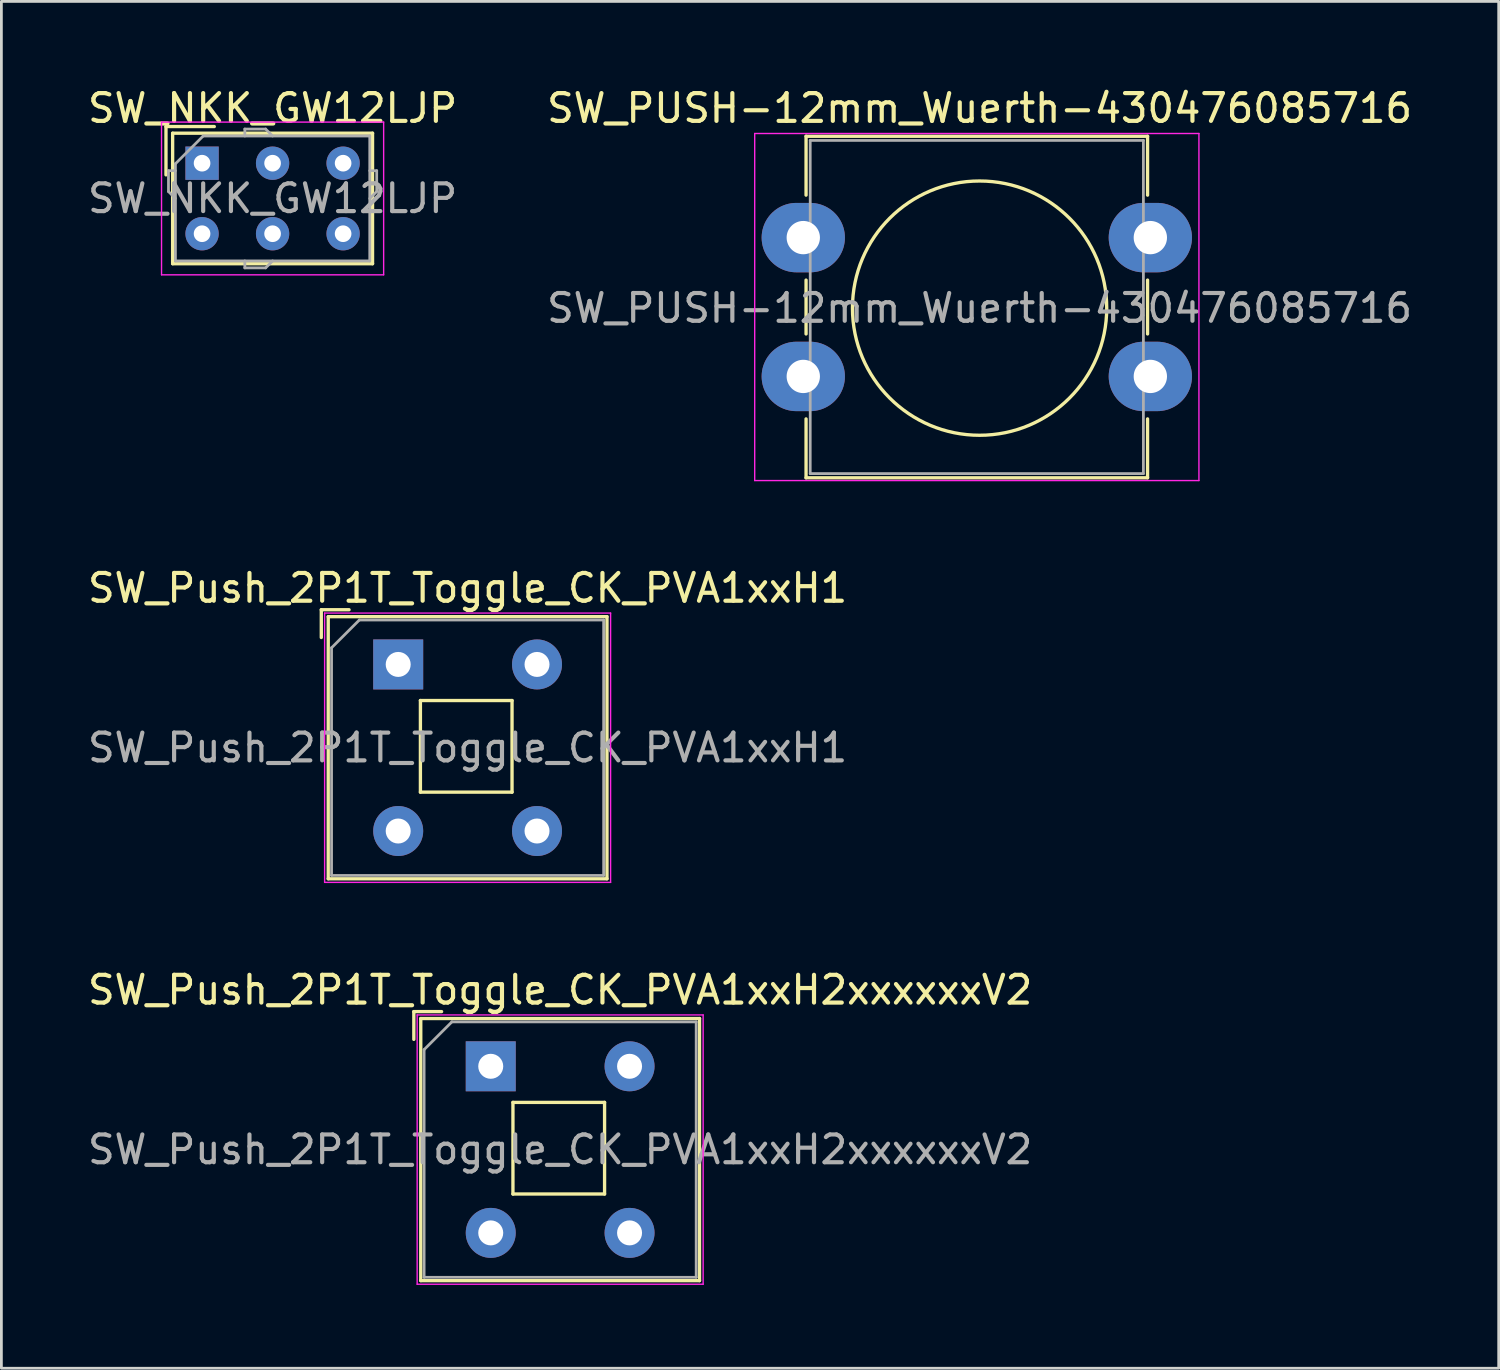
<source format=kicad_pcb>
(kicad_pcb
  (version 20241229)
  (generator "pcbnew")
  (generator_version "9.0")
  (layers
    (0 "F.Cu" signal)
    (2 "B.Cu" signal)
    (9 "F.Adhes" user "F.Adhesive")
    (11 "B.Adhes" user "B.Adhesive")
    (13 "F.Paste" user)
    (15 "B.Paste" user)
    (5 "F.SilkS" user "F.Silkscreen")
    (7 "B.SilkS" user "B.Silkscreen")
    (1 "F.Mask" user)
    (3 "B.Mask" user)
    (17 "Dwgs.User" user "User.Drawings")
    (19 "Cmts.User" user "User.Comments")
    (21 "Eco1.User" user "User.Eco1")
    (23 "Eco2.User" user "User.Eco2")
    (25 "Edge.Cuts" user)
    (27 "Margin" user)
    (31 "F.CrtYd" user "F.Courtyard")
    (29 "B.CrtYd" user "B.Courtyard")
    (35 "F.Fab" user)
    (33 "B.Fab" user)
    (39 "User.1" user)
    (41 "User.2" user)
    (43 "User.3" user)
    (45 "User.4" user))
  (footprint "SW_Push_2P1T_Toggle_CK_PVA1xxH1"
    (layer "F.Cu")
    (at 11.292 20.881)
    (property "Reference" "SW_Push_2P1T_Toggle_CK_PVA1xxH1" (at 2.5 -2.75 0) (layer "F.SilkS") (effects (font (size 1 1) (thickness 0.15))))
    (attr through_hole)
    (fp_line (start -2.77 -0.97) (end -2.77 -1.97) (stroke (width 0.12) (type solid)) (layer "F.SilkS"))
    (fp_line (start -2.52 7.72) (end -2.52 -1.72) (stroke (width 0.12) (type solid)) (layer "F.SilkS"))
    (fp_line (start -1.77 -1.97) (end -2.77 -1.97) (stroke (width 0.12) (type solid)) (layer "F.SilkS"))
    (fp_line (start 0.8 1.3) (end 0.8 4.6) (stroke (width 0.12) (type solid)) (layer "F.SilkS"))
    (fp_line (start 4.1 1.3) (end 0.8 1.3) (stroke (width 0.12) (type solid)) (layer "F.SilkS"))
    (fp_line (start 4.1 1.3) (end 4.1 4.6) (stroke (width 0.12) (type solid)) (layer "F.SilkS"))
    (fp_line (start 4.1 4.6) (end 0.8 4.6) (stroke (width 0.12) (type solid)) (layer "F.SilkS"))
    (fp_line (start 7.52 -1.72) (end -2.52 -1.72) (stroke (width 0.12) (type solid)) (layer "F.SilkS"))
    (fp_line (start 7.52 7.72) (end -2.52 7.72) (stroke (width 0.12) (type solid)) (layer "F.SilkS"))
    (fp_line (start 7.52 7.72) (end 7.52 -1.72) (stroke (width 0.12) (type solid)) (layer "F.SilkS"))
    (fp_line (start -2.65 -1.85) (end 7.65 -1.85) (stroke (width 0.05) (type solid)) (layer "F.CrtYd"))
    (fp_line (start -2.65 7.85) (end -2.65 -1.85) (stroke (width 0.05) (type solid)) (layer "F.CrtYd"))
    (fp_line (start -2.65 7.85) (end 7.65 7.85) (stroke (width 0.05) (type solid)) (layer "F.CrtYd"))
    (fp_line (start 7.65 -1.85) (end 7.65 7.85) (stroke (width 0.05) (type solid)) (layer "F.CrtYd"))
    (fp_line (start -2.4 -0.6) (end -1.4 -1.6) (stroke (width 0.1) (type solid)) (layer "F.Fab"))
    (fp_line (start -2.4 7.6) (end -2.4 -0.6) (stroke (width 0.1) (type solid)) (layer "F.Fab"))
    (fp_line (start -1.4 -1.6) (end 7.4 -1.6) (stroke (width 0.1) (type solid)) (layer "F.Fab"))
    (fp_line (start 7.4 -1.6) (end 7.4 7.6) (stroke (width 0.1) (type solid)) (layer "F.Fab"))
    (fp_line (start 7.4 7.6) (end -2.4 7.6) (stroke (width 0.1) (type solid)) (layer "F.Fab"))
    (fp_text user "${REFERENCE}" (at 2.5 3 0) (layer "F.Fab") (effects (font (size 1 1) (thickness 0.15))))
    (pad "1" thru_hole rect (at 0 0) (size 1.8 1.8) (drill 0.9) (layers "*.Cu" "*.Mask"))
    (pad "2" thru_hole circle (at 5 0) (size 1.8 1.8) (drill 0.9) (layers "*.Cu" "*.Mask"))
    (pad "3" thru_hole circle (at 0 6) (size 1.8 1.8) (drill 0.9) (layers "*.Cu" "*.Mask"))
    (pad "4" thru_hole circle (at 5 6) (size 1.8 1.8) (drill 0.9) (layers "*.Cu" "*.Mask")))
  (footprint "SW_PUSH-12mm_Wuerth-430476085716"
    (layer "F.Cu")
    (at 25.882 5.508)
    (property "Reference" "SW_PUSH-12mm_Wuerth-430476085716" (at 6.35 -4.66 0) (layer "F.SilkS") (effects (font (size 1 1) (thickness 0.15))))
    (attr through_hole)
    (fp_line (start 0.1 -3.65) (end 12.4 -3.65) (stroke (width 0.12) (type solid)) (layer "F.SilkS"))
    (fp_line (start 0.1 -1.53) (end 0.1 -3.65) (stroke (width 0.12) (type solid)) (layer "F.SilkS"))
    (fp_line (start 0.1 3.47) (end 0.1 1.53) (stroke (width 0.12) (type solid)) (layer "F.SilkS"))
    (fp_line (start 0.1 8.65) (end 0.1 6.53) (stroke (width 0.12) (type solid)) (layer "F.SilkS"))
    (fp_line (start 12.4 -3.65) (end 12.4 -1.53) (stroke (width 0.12) (type solid)) (layer "F.SilkS"))
    (fp_line (start 12.4 1.53) (end 12.4 3.47) (stroke (width 0.12) (type solid)) (layer "F.SilkS"))
    (fp_line (start 12.4 6.53) (end 12.4 8.65) (stroke (width 0.12) (type solid)) (layer "F.SilkS"))
    (fp_line (start 12.4 8.65) (end 0.1 8.65) (stroke (width 0.12) (type solid)) (layer "F.SilkS"))
    (fp_circle (center 6.35 2.54) (end 10.929 2.54) (stroke (width 0.12) (type solid)) (fill no) (layer "F.SilkS"))
    (fp_line (start -1.75 -3.75) (end -1.75 8.75) (stroke (width 0.05) (type solid)) (layer "F.CrtYd"))
    (fp_line (start -1.75 8.75) (end 14.25 8.75) (stroke (width 0.05) (type solid)) (layer "F.CrtYd"))
    (fp_line (start 14.25 -3.75) (end -1.75 -3.75) (stroke (width 0.05) (type solid)) (layer "F.CrtYd"))
    (fp_line (start 14.25 8.75) (end 14.25 -3.75) (stroke (width 0.05) (type solid)) (layer "F.CrtYd"))
    (fp_line (start 0.25 -3.5) (end 0.25 8.5) (stroke (width 0.1) (type solid)) (layer "F.Fab"))
    (fp_line (start 0.25 8.5) (end 12.25 8.5) (stroke (width 0.1) (type solid)) (layer "F.Fab"))
    (fp_line (start 12.25 -3.5) (end 0.25 -3.5) (stroke (width 0.1) (type solid)) (layer "F.Fab"))
    (fp_line (start 12.25 8.5) (end 12.25 -3.5) (stroke (width 0.1) (type solid)) (layer "F.Fab"))
    (fp_text user "${REFERENCE}" (at 6.35 2.54 0) (layer "F.Fab") (effects (font (size 1 1) (thickness 0.15))))
    (pad "1" thru_hole oval (at 0 0) (size 3 2.5) (drill 1.2) (layers "*.Cu" "*.Mask"))
    (pad "1" thru_hole oval (at 12.5 0) (size 3 2.5) (drill 1.2) (layers "*.Cu" "*.Mask"))
    (pad "2" thru_hole oval (at 0 5) (size 3 2.5) (drill 1.2) (layers "*.Cu" "*.Mask"))
    (pad "2" thru_hole oval (at 12.5 5) (size 3 2.5) (drill 1.2) (layers "*.Cu" "*.Mask")))
  (footprint "SW_NKK_GW12LJP"
    (layer "F.Cu")
    (at 4.228 2.828)
    (property "Reference" "SW_NKK_GW12LJP" (at 2.54 -1.98 0) (layer "F.SilkS") (effects (font (size 1 1) (thickness 0.15))))
    (attr through_hole)
    (fp_line (start -1.3 -1.32) (end 0.44 -1.32) (stroke (width 0.12) (type solid)) (layer "F.SilkS"))
    (fp_line (start -1.3 0.42) (end -1.3 -1.32) (stroke (width 0.12) (type solid)) (layer "F.SilkS"))
    (fp_line (start -1.06 -1.08) (end -1.06 3.62) (stroke (width 0.12) (type solid)) (layer "F.SilkS"))
    (fp_line (start -1.06 3.62) (end 6.14 3.62) (stroke (width 0.12) (type solid)) (layer "F.SilkS"))
    (fp_line (start 6.14 -1.08) (end -1.06 -1.08) (stroke (width 0.12) (type solid)) (layer "F.SilkS"))
    (fp_line (start 6.14 3.62) (end 6.14 -1.08) (stroke (width 0.12) (type solid)) (layer "F.SilkS"))
    (fp_line (start -1.46 -1.48) (end -1.46 4.02) (stroke (width 0.05) (type solid)) (layer "F.CrtYd"))
    (fp_line (start -1.46 4.02) (end 6.54 4.02) (stroke (width 0.05) (type solid)) (layer "F.CrtYd"))
    (fp_line (start 6.54 -1.48) (end -1.46 -1.48) (stroke (width 0.05) (type solid)) (layer "F.CrtYd"))
    (fp_line (start 6.54 4.02) (end 6.54 -1.48) (stroke (width 0.05) (type solid)) (layer "F.CrtYd"))
    (fp_line (start -1.21 0.27) (end -0.96 0.27) (stroke (width 0.1) (type solid)) (layer "F.Fab"))
    (fp_line (start -1.21 1.02) (end -1.21 0.27) (stroke (width 0.1) (type solid)) (layer "F.Fab"))
    (fp_line (start -0.96 0.02) (end 0.04 -0.98) (stroke (width 0.1) (type solid)) (layer "F.Fab"))
    (fp_line (start -0.96 1.27) (end -1.21 1.02) (stroke (width 0.1) (type solid)) (layer "F.Fab"))
    (fp_line (start -0.96 3.52) (end -0.96 0.02) (stroke (width 0.1) (type solid)) (layer "F.Fab"))
    (fp_line (start 0.04 -0.98) (end 6.04 -0.98) (stroke (width 0.1) (type solid)) (layer "F.Fab"))
    (fp_line (start 1.54 -1.23) (end 1.54 -0.98) (stroke (width 0.1) (type solid)) (layer "F.Fab"))
    (fp_line (start 1.54 3.77) (end 1.54 3.52) (stroke (width 0.1) (type solid)) (layer "F.Fab"))
    (fp_line (start 2.29 -1.23) (end 1.54 -1.23) (stroke (width 0.1) (type solid)) (layer "F.Fab"))
    (fp_line (start 2.29 3.77) (end 1.54 3.77) (stroke (width 0.1) (type solid)) (layer "F.Fab"))
    (fp_line (start 2.54 -0.98) (end 2.29 -1.23) (stroke (width 0.1) (type solid)) (layer "F.Fab"))
    (fp_line (start 2.54 3.52) (end 2.29 3.77) (stroke (width 0.1) (type solid)) (layer "F.Fab"))
    (fp_line (start 6.04 -0.98) (end 6.04 3.52) (stroke (width 0.1) (type solid)) (layer "F.Fab"))
    (fp_line (start 6.04 1.27) (end 6.29 1.02) (stroke (width 0.1) (type solid)) (layer "F.Fab"))
    (fp_line (start 6.04 3.52) (end -0.96 3.52) (stroke (width 0.1) (type solid)) (layer "F.Fab"))
    (fp_line (start 6.29 0.27) (end 6.04 0.27) (stroke (width 0.1) (type solid)) (layer "F.Fab"))
    (fp_line (start 6.29 1.02) (end 6.29 0.27) (stroke (width 0.1) (type solid)) (layer "F.Fab"))
    (fp_text user "${REFERENCE}" (at 2.54 1.27 0) (layer "F.Fab") (effects (font (size 1 1) (thickness 0.15))))
    (pad "1" thru_hole rect (at 0 0) (size 1.2 1.2) (drill 0.6) (layers "*.Cu" "*.Mask"))
    (pad "2" thru_hole circle (at 2.54 0) (size 1.2 1.2) (drill 0.6) (layers "*.Cu" "*.Mask"))
    (pad "3" thru_hole circle (at 5.08 0) (size 1.2 1.2) (drill 0.6) (layers "*.Cu" "*.Mask"))
    (pad "4" thru_hole circle (at 0 2.54) (size 1.2 1.2) (drill 0.6) (layers "*.Cu" "*.Mask"))
    (pad "5" thru_hole circle (at 2.54 2.54) (size 1.2 1.2) (drill 0.6) (layers "*.Cu" "*.Mask"))
    (pad "6" thru_hole circle (at 5.08 2.54) (size 1.2 1.2) (drill 0.6) (layers "*.Cu" "*.Mask")))
  (footprint "SW_Push_2P1T_Toggle_CK_PVA1xxH2xxxxxxV2"
    (layer "F.Cu")
    (at 14.625 35.355)
    (property "Reference" "SW_Push_2P1T_Toggle_CK_PVA1xxH2xxxxxxV2" (at 2.5 -2.75 0) (layer "F.SilkS") (effects (font (size 1 1) (thickness 0.15))))
    (attr through_hole)
    (fp_line (start -2.77 -0.97) (end -2.77 -1.97) (stroke (width 0.12) (type solid)) (layer "F.SilkS"))
    (fp_line (start -2.52 7.72) (end -2.52 -1.72) (stroke (width 0.12) (type solid)) (layer "F.SilkS"))
    (fp_line (start -1.77 -1.97) (end -2.77 -1.97) (stroke (width 0.12) (type solid)) (layer "F.SilkS"))
    (fp_line (start 0.8 1.3) (end 0.8 4.6) (stroke (width 0.12) (type solid)) (layer "F.SilkS"))
    (fp_line (start 4.1 1.3) (end 0.8 1.3) (stroke (width 0.12) (type solid)) (layer "F.SilkS"))
    (fp_line (start 4.1 1.3) (end 4.1 4.6) (stroke (width 0.12) (type solid)) (layer "F.SilkS"))
    (fp_line (start 4.1 4.6) (end 0.8 4.6) (stroke (width 0.12) (type solid)) (layer "F.SilkS"))
    (fp_line (start 7.52 -1.72) (end -2.52 -1.72) (stroke (width 0.12) (type solid)) (layer "F.SilkS"))
    (fp_line (start 7.52 7.72) (end -2.52 7.72) (stroke (width 0.12) (type solid)) (layer "F.SilkS"))
    (fp_line (start 7.52 7.72) (end 7.52 -1.72) (stroke (width 0.12) (type solid)) (layer "F.SilkS"))
    (fp_line (start -2.65 -1.85) (end 7.65 -1.85) (stroke (width 0.05) (type solid)) (layer "F.CrtYd"))
    (fp_line (start -2.65 7.85) (end -2.65 -1.85) (stroke (width 0.05) (type solid)) (layer "F.CrtYd"))
    (fp_line (start -2.65 7.85) (end 7.65 7.85) (stroke (width 0.05) (type solid)) (layer "F.CrtYd"))
    (fp_line (start 7.65 -1.85) (end 7.65 7.85) (stroke (width 0.05) (type solid)) (layer "F.CrtYd"))
    (fp_line (start -2.4 -0.6) (end -1.4 -1.6) (stroke (width 0.1) (type solid)) (layer "F.Fab"))
    (fp_line (start -2.4 7.6) (end -2.4 -0.6) (stroke (width 0.1) (type solid)) (layer "F.Fab"))
    (fp_line (start -1.4 -1.6) (end 7.4 -1.6) (stroke (width 0.1) (type solid)) (layer "F.Fab"))
    (fp_line (start 7.4 -1.6) (end 7.4 7.6) (stroke (width 0.1) (type solid)) (layer "F.Fab"))
    (fp_line (start 7.4 7.6) (end -2.4 7.6) (stroke (width 0.1) (type solid)) (layer "F.Fab"))
    (fp_text user "${REFERENCE}" (at 2.5 3 0) (layer "F.Fab") (effects (font (size 1 1) (thickness 0.15))))
    (pad "1" thru_hole rect (at 0 0) (size 1.8 1.8) (drill 0.9) (layers "*.Cu" "*.Mask"))
    (pad "2" thru_hole circle (at 5 0) (size 1.8 1.8) (drill 0.9) (layers "*.Cu" "*.Mask"))
    (pad "3" thru_hole circle (at 0 6) (size 1.8 1.8) (drill 0.9) (layers "*.Cu" "*.Mask"))
    (pad "4" thru_hole circle (at 5 6) (size 1.8 1.8) (drill 0.9) (layers "*.Cu" "*.Mask")))
  (gr_rect
    (start -3 -3)
    (end 50.929 46.23)
    (stroke (width 0.1) (type default))
    (fill no)
    (layer "Edge.Cuts")))
</source>
